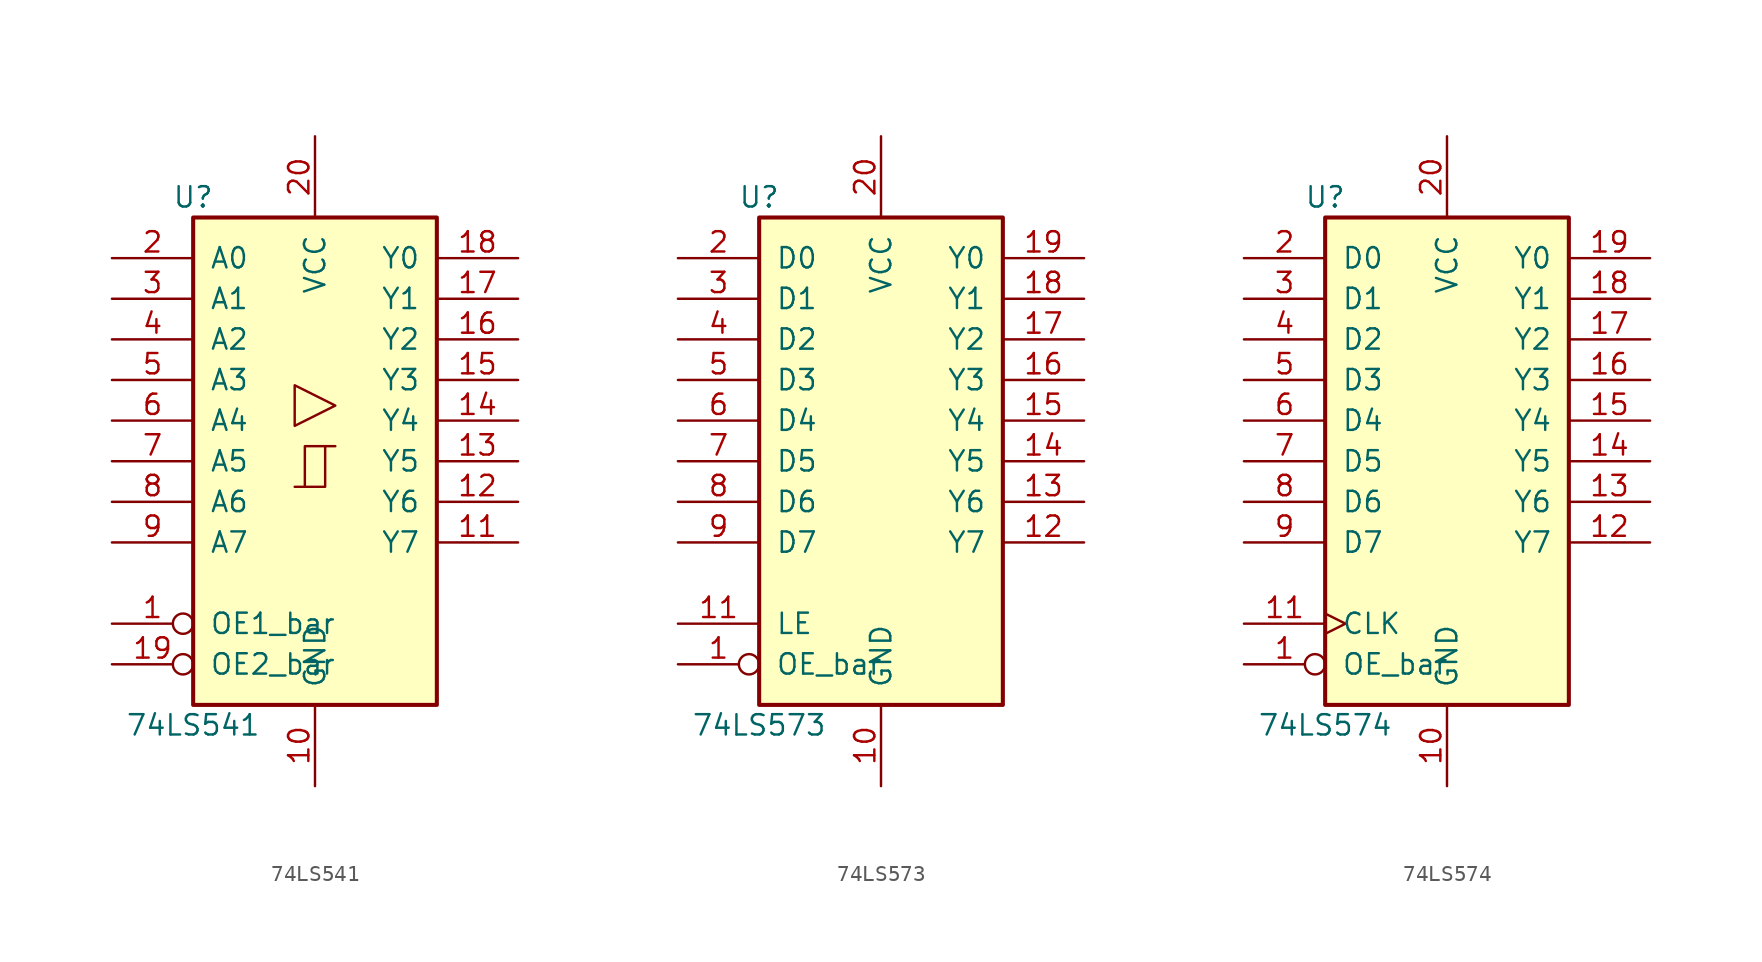
<source format=kicad_sym>
(kicad_symbol_lib
  (version 20211014)
  (generator kicad_symbol_editor)
  (symbol "74LS541"
    (pin_names
      (offset 1.016))
    (property "Reference" "U"
      (at -7.62 16.51 0)
      (effects (font (size 1.27 1.27))))
    (property "Value" "74LS541"
      (at -7.62 -16.51 0)
      (effects (font (size 1.27 1.27))))
    (symbol "74LS541_1_0"
      (polyline (pts (xy -0.635 -1.6) (xy -0.635 0.94) (xy 0.635 0.94)) (stroke (width 0) (type default) (color 0 0 0 0)) (fill (type none)))
      (polyline (pts (xy -1.27 -1.6) (xy 0.635 -1.6) (xy 0.635 0.94) (xy 1.27 0.94)) (stroke (width 0) (type default) (color 0 0 0 0)) (fill (type none)))
      (polyline (pts (xy 1.27 3.48) (xy -1.27 4.75) (xy -1.27 2.21) (xy 1.27 3.48)) (stroke (width 0.152) (type default) (color 0 0 0 0)) (fill (type none)))
      (pin input inverted (at -12.7 -10.16 0) (length 5.08) (name "OE1_bar" (effects (font (size 1.27 1.27)))) (number "1" (effects (font (size 1.27 1.27)))))
      (pin power_in line (at 0 -20.32 90) (length 5.08) (name "GND" (effects (font (size 1.27 1.27)))) (number "10" (effects (font (size 1.27 1.27)))))
      (pin tri_state line (at 12.7 -5.08 180) (length 5.08) (name "Y7" (effects (font (size 1.27 1.27)))) (number "11" (effects (font (size 1.27 1.27)))))
      (pin tri_state line (at 12.7 -2.54 180) (length 5.08) (name "Y6" (effects (font (size 1.27 1.27)))) (number "12" (effects (font (size 1.27 1.27)))))
      (pin tri_state line (at 12.7 0 180) (length 5.08) (name "Y5" (effects (font (size 1.27 1.27)))) (number "13" (effects (font (size 1.27 1.27)))))
      (pin tri_state line (at 12.7 2.54 180) (length 5.08) (name "Y4" (effects (font (size 1.27 1.27)))) (number "14" (effects (font (size 1.27 1.27)))))
      (pin tri_state line (at 12.7 5.08 180) (length 5.08) (name "Y3" (effects (font (size 1.27 1.27)))) (number "15" (effects (font (size 1.27 1.27)))))
      (pin tri_state line (at 12.7 7.62 180) (length 5.08) (name "Y2" (effects (font (size 1.27 1.27)))) (number "16" (effects (font (size 1.27 1.27)))))
      (pin tri_state line (at 12.7 10.16 180) (length 5.08) (name "Y1" (effects (font (size 1.27 1.27)))) (number "17" (effects (font (size 1.27 1.27)))))
      (pin tri_state line (at 12.7 12.7 180) (length 5.08) (name "Y0" (effects (font (size 1.27 1.27)))) (number "18" (effects (font (size 1.27 1.27)))))
      (pin input inverted (at -12.7 -12.7 0) (length 5.08) (name "OE2_bar" (effects (font (size 1.27 1.27)))) (number "19" (effects (font (size 1.27 1.27)))))
      (pin input line (at -12.7 12.7 0) (length 5.08) (name "A0" (effects (font (size 1.27 1.27)))) (number "2" (effects (font (size 1.27 1.27)))))
      (pin power_in line (at 0 20.32 270) (length 5.08) (name "VCC" (effects (font (size 1.27 1.27)))) (number "20" (effects (font (size 1.27 1.27)))))
      (pin input line (at -12.7 10.16 0) (length 5.08) (name "A1" (effects (font (size 1.27 1.27)))) (number "3" (effects (font (size 1.27 1.27)))))
      (pin input line (at -12.7 7.62 0) (length 5.08) (name "A2" (effects (font (size 1.27 1.27)))) (number "4" (effects (font (size 1.27 1.27)))))
      (pin input line (at -12.7 5.08 0) (length 5.08) (name "A3" (effects (font (size 1.27 1.27)))) (number "5" (effects (font (size 1.27 1.27)))))
      (pin input line (at -12.7 2.54 0) (length 5.08) (name "A4" (effects (font (size 1.27 1.27)))) (number "6" (effects (font (size 1.27 1.27)))))
      (pin input line (at -12.7 0 0) (length 5.08) (name "A5" (effects (font (size 1.27 1.27)))) (number "7" (effects (font (size 1.27 1.27)))))
      (pin input line (at -12.7 -2.54 0) (length 5.08) (name "A6" (effects (font (size 1.27 1.27)))) (number "8" (effects (font (size 1.27 1.27)))))
      (pin input line (at -12.7 -5.08 0) (length 5.08) (name "A7" (effects (font (size 1.27 1.27)))) (number "9" (effects (font (size 1.27 1.27))))))
    (symbol "74LS541_1_1"
      (rectangle (start -7.62 15.24) (end 7.62 -15.24) (stroke (width 0.254) (type default) (color 0 0 0 0)) (fill (type background)))))
  (symbol "74LS573"
    (pin_names
      (offset 1.016))
    (property "Reference" "U"
      (at -7.62 16.51 0)
      (effects (font (size 1.27 1.27))))
    (property "Value" "74LS573"
      (at -7.62 -16.51 0)
      (effects (font (size 1.27 1.27))))
    (property "ki_locked" ""
      (at 0 0 0)
      (effects (font (size 1.27 1.27))))
    (symbol "74LS573_1_0"
      (pin input inverted (at -12.7 -12.7 0) (length 5.08) (name "OE_bar" (effects (font (size 1.27 1.27)))) (number "1" (effects (font (size 1.27 1.27)))))
      (pin power_in line (at 0 -20.32 90) (length 5.08) (name "GND" (effects (font (size 1.27 1.27)))) (number "10" (effects (font (size 1.27 1.27)))))
      (pin input line (at -12.7 -10.16 0) (length 5.08) (name "LE" (effects (font (size 1.27 1.27)))) (number "11" (effects (font (size 1.27 1.27)))))
      (pin tri_state line (at 12.7 -5.08 180) (length 5.08) (name "Y7" (effects (font (size 1.27 1.27)))) (number "12" (effects (font (size 1.27 1.27)))))
      (pin tri_state line (at 12.7 -2.54 180) (length 5.08) (name "Y6" (effects (font (size 1.27 1.27)))) (number "13" (effects (font (size 1.27 1.27)))))
      (pin tri_state line (at 12.7 0 180) (length 5.08) (name "Y5" (effects (font (size 1.27 1.27)))) (number "14" (effects (font (size 1.27 1.27)))))
      (pin tri_state line (at 12.7 2.54 180) (length 5.08) (name "Y4" (effects (font (size 1.27 1.27)))) (number "15" (effects (font (size 1.27 1.27)))))
      (pin tri_state line (at 12.7 5.08 180) (length 5.08) (name "Y3" (effects (font (size 1.27 1.27)))) (number "16" (effects (font (size 1.27 1.27)))))
      (pin tri_state line (at 12.7 7.62 180) (length 5.08) (name "Y2" (effects (font (size 1.27 1.27)))) (number "17" (effects (font (size 1.27 1.27)))))
      (pin tri_state line (at 12.7 10.16 180) (length 5.08) (name "Y1" (effects (font (size 1.27 1.27)))) (number "18" (effects (font (size 1.27 1.27)))))
      (pin tri_state line (at 12.7 12.7 180) (length 5.08) (name "Y0" (effects (font (size 1.27 1.27)))) (number "19" (effects (font (size 1.27 1.27)))))
      (pin input line (at -12.7 12.7 0) (length 5.08) (name "D0" (effects (font (size 1.27 1.27)))) (number "2" (effects (font (size 1.27 1.27)))))
      (pin power_in line (at 0 20.32 270) (length 5.08) (name "VCC" (effects (font (size 1.27 1.27)))) (number "20" (effects (font (size 1.27 1.27)))))
      (pin input line (at -12.7 10.16 0) (length 5.08) (name "D1" (effects (font (size 1.27 1.27)))) (number "3" (effects (font (size 1.27 1.27)))))
      (pin input line (at -12.7 7.62 0) (length 5.08) (name "D2" (effects (font (size 1.27 1.27)))) (number "4" (effects (font (size 1.27 1.27)))))
      (pin input line (at -12.7 5.08 0) (length 5.08) (name "D3" (effects (font (size 1.27 1.27)))) (number "5" (effects (font (size 1.27 1.27)))))
      (pin input line (at -12.7 2.54 0) (length 5.08) (name "D4" (effects (font (size 1.27 1.27)))) (number "6" (effects (font (size 1.27 1.27)))))
      (pin input line (at -12.7 0 0) (length 5.08) (name "D5" (effects (font (size 1.27 1.27)))) (number "7" (effects (font (size 1.27 1.27)))))
      (pin input line (at -12.7 -2.54 0) (length 5.08) (name "D6" (effects (font (size 1.27 1.27)))) (number "8" (effects (font (size 1.27 1.27)))))
      (pin input line (at -12.7 -5.08 0) (length 5.08) (name "D7" (effects (font (size 1.27 1.27)))) (number "9" (effects (font (size 1.27 1.27))))))
    (symbol "74LS573_1_1"
      (rectangle (start -7.62 15.24) (end 7.62 -15.24) (stroke (width 0.254) (type default) (color 0 0 0 0)) (fill (type background)))))
  (symbol "74LS574"
    (pin_names
      (offset 1.016))
    (property "Reference" "U"
      (at -7.62 16.51 0)
      (effects (font (size 1.27 1.27))))
    (property "Value" "74LS574"
      (at -7.62 -16.51 0)
      (effects (font (size 1.27 1.27))))
    (symbol "74LS574_1_0"
      (pin input inverted (at -12.7 -12.7 0) (length 5.08) (name "OE_bar" (effects (font (size 1.27 1.27)))) (number "1" (effects (font (size 1.27 1.27)))))
      (pin power_in line (at 0 -20.32 90) (length 5.08) (name "GND" (effects (font (size 1.27 1.27)))) (number "10" (effects (font (size 1.27 1.27)))))
      (pin input clock (at -12.7 -10.16 0) (length 5.08) (name "CLK" (effects (font (size 1.27 1.27)))) (number "11" (effects (font (size 1.27 1.27)))))
      (pin tri_state line (at 12.7 -5.08 180) (length 5.08) (name "Y7" (effects (font (size 1.27 1.27)))) (number "12" (effects (font (size 1.27 1.27)))))
      (pin tri_state line (at 12.7 -2.54 180) (length 5.08) (name "Y6" (effects (font (size 1.27 1.27)))) (number "13" (effects (font (size 1.27 1.27)))))
      (pin tri_state line (at 12.7 0 180) (length 5.08) (name "Y5" (effects (font (size 1.27 1.27)))) (number "14" (effects (font (size 1.27 1.27)))))
      (pin tri_state line (at 12.7 2.54 180) (length 5.08) (name "Y4" (effects (font (size 1.27 1.27)))) (number "15" (effects (font (size 1.27 1.27)))))
      (pin tri_state line (at 12.7 5.08 180) (length 5.08) (name "Y3" (effects (font (size 1.27 1.27)))) (number "16" (effects (font (size 1.27 1.27)))))
      (pin tri_state line (at 12.7 7.62 180) (length 5.08) (name "Y2" (effects (font (size 1.27 1.27)))) (number "17" (effects (font (size 1.27 1.27)))))
      (pin tri_state line (at 12.7 10.16 180) (length 5.08) (name "Y1" (effects (font (size 1.27 1.27)))) (number "18" (effects (font (size 1.27 1.27)))))
      (pin tri_state line (at 12.7 12.7 180) (length 5.08) (name "Y0" (effects (font (size 1.27 1.27)))) (number "19" (effects (font (size 1.27 1.27)))))
      (pin input line (at -12.7 12.7 0) (length 5.08) (name "D0" (effects (font (size 1.27 1.27)))) (number "2" (effects (font (size 1.27 1.27)))))
      (pin power_in line (at 0 20.32 270) (length 5.08) (name "VCC" (effects (font (size 1.27 1.27)))) (number "20" (effects (font (size 1.27 1.27)))))
      (pin input line (at -12.7 10.16 0) (length 5.08) (name "D1" (effects (font (size 1.27 1.27)))) (number "3" (effects (font (size 1.27 1.27)))))
      (pin input line (at -12.7 7.62 0) (length 5.08) (name "D2" (effects (font (size 1.27 1.27)))) (number "4" (effects (font (size 1.27 1.27)))))
      (pin input line (at -12.7 5.08 0) (length 5.08) (name "D3" (effects (font (size 1.27 1.27)))) (number "5" (effects (font (size 1.27 1.27)))))
      (pin input line (at -12.7 2.54 0) (length 5.08) (name "D4" (effects (font (size 1.27 1.27)))) (number "6" (effects (font (size 1.27 1.27)))))
      (pin input line (at -12.7 0 0) (length 5.08) (name "D5" (effects (font (size 1.27 1.27)))) (number "7" (effects (font (size 1.27 1.27)))))
      (pin input line (at -12.7 -2.54 0) (length 5.08) (name "D6" (effects (font (size 1.27 1.27)))) (number "8" (effects (font (size 1.27 1.27)))))
      (pin input line (at -12.7 -5.08 0) (length 5.08) (name "D7" (effects (font (size 1.27 1.27)))) (number "9" (effects (font (size 1.27 1.27))))))
    (symbol "74LS574_1_1"
      (rectangle (start -7.62 15.24) (end 7.62 -15.24) (stroke (width 0.254) (type default) (color 0 0 0 0)) (fill (type background))))))
</source>
